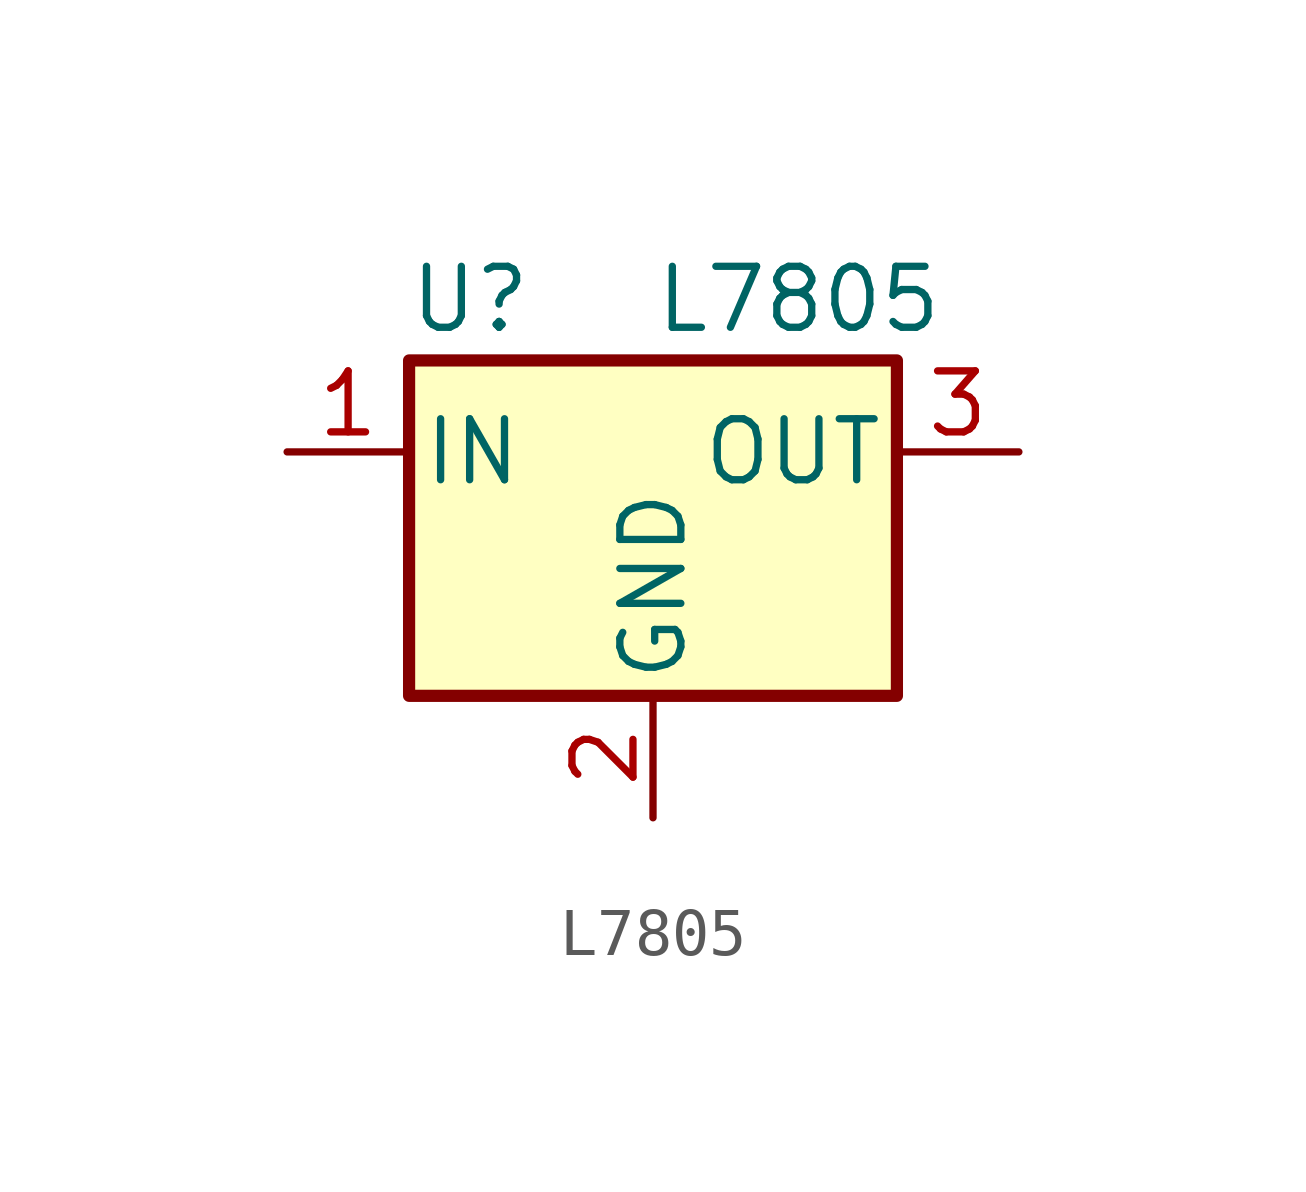
<source format=kicad_sym>
(kicad_symbol_lib
  (version 20241209)
  (generator "kicad_symbol_editor")
  (generator_version "9.0")
  (symbol "L7805"
    (pin_names
      (offset 0.254))
    (property "Reference" "U"
      (at -3.81 3.175 0)
      (effects (font (size 1.27 1.27))))
    (property "Value" "L7805"
      (at 0 3.175 0)
      (effects (font (size 1.27 1.27)) (justify left)))
    (symbol "L7805_0_1"
      (rectangle (start -5.08 1.905) (end 5.08 -5.08) (stroke (width 0.254) (type solid)) (fill (type background))))
    (symbol "L7805_1_1"
      (pin power_in line (at -7.62 0 0) (length 2.54) (name "IN" (effects (font (size 1.27 1.27)))) (number "1" (effects (font (size 1.27 1.27)))))
      (pin power_in line (at 0 -7.62 90) (length 2.54) (name "GND" (effects (font (size 1.27 1.27)))) (number "2" (effects (font (size 1.27 1.27)))))
      (pin power_out line (at 7.62 0 180) (length 2.54) (name "OUT" (effects (font (size 1.27 1.27)))) (number "3" (effects (font (size 1.27 1.27))))))))
</source>
